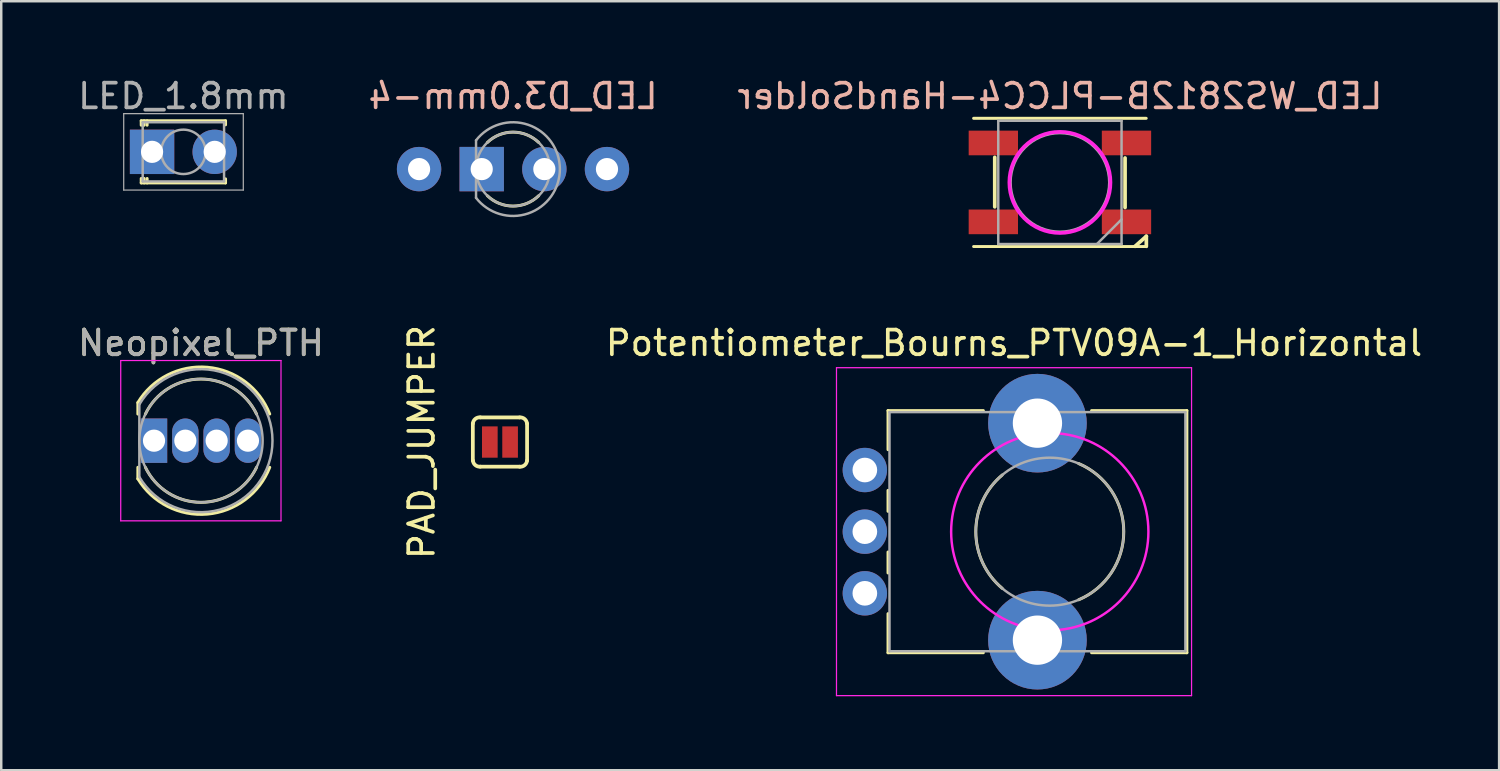
<source format=kicad_pcb>
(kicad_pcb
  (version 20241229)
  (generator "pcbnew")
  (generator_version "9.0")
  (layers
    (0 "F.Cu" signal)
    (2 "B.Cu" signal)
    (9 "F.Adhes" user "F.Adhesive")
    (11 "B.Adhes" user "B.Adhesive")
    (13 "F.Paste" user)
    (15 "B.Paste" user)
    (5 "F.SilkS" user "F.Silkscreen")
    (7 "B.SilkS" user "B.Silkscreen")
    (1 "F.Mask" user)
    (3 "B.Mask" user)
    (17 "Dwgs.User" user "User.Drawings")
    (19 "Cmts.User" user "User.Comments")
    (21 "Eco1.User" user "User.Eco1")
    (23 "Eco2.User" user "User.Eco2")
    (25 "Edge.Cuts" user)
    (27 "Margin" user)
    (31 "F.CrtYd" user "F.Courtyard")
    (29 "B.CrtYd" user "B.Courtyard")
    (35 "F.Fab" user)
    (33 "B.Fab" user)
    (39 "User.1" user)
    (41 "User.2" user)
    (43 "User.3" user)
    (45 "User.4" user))
  (footprint "LED_D3.0mm-4"
    (layer "F.Cu")
    (at 15.216 3.808)
    (property "Reference" "LED_D3.0mm-4" (at 2.54 -2.96 0) (layer "B.SilkS") (effects (font (size 1 1) (thickness 0.15)) (justify mirror)))
    (attr through_hole)
    (fp_arc (start 1.499039 -1.08) (mid 2.540117 -1.5) (end 3.58113 -1.079837) (stroke (width 0.12) (type solid)) (layer "F.SilkS"))
    (fp_arc (start 3.58113 1.079837) (mid 2.540117 1.5) (end 1.499039 1.08) (stroke (width 0.12) (type solid)) (layer "F.SilkS"))
    (fp_line (start 1.04 -1.166) (end 1.04 1.166) (stroke (width 0.1) (type solid)) (layer "F.Fab"))
    (fp_arc (start 1.04 -1.16619) (mid 4.44 0.000452) (end 1.039445 1.165476) (stroke (width 0.1) (type solid)) (layer "F.Fab"))
    (fp_circle (center 2.54 0) (end 4.04 0) (stroke (width 0.1) (type solid)) (fill no) (layer "F.Fab"))
    (pad "1" thru_hole rect (at 1.27 0) (size 1.8 1.8) (drill 0.9) (layers "*.Cu" "*.Mask"))
    (pad "2" thru_hole circle (at -1.27 0) (size 1.8 1.8) (drill 0.9) (layers "*.Cu" "*.Mask"))
    (pad "3" thru_hole circle (at 6.35 0) (size 1.8 1.8) (drill 0.9) (layers "*.Cu" "*.Mask"))
    (pad "4" thru_hole circle (at 3.81 0) (size 1.8 1.8) (drill 0.9) (layers "*.Cu" "*.Mask")))
  (footprint "PAD_JUMPER"
    (layer "F.Cu")
    (at 17.226 14.877)
    (property "Reference" "PAD_JUMPER" (at -3.175 0 270) (layer "F.SilkS") (effects (font (size 1 1) (thickness 0.15))))
    (attr smd)
    (fp_line (start -1.1 0.749) (end -1.1 -0.749) (stroke (width 0.152) (type solid)) (layer "F.SilkS"))
    (fp_line (start -0.798 -0.998) (end 0.798 -0.998) (stroke (width 0.152) (type solid)) (layer "F.SilkS"))
    (fp_line (start 0.798 0.998) (end -0.798 0.998) (stroke (width 0.152) (type solid)) (layer "F.SilkS"))
    (fp_line (start 1.1 0.749) (end 1.1 -0.749) (stroke (width 0.152) (type solid)) (layer "F.SilkS"))
    (fp_arc (start -1.09982 -0.7493) (mid -1.000769 -0.93763) (end -0.79756 -1.00076) (stroke (width 0.1524) (type solid)) (layer "F.SilkS"))
    (fp_arc (start -0.79756 0.99822) (mid -0.999158 0.93568) (end -1.097324 0.748821) (stroke (width 0.1524) (type solid)) (layer "F.SilkS"))
    (fp_arc (start 0.79756 -0.99822) (mid 0.998973 -0.935834) (end 1.09728 -0.7493) (stroke (width 0.1524) (type solid)) (layer "F.SilkS"))
    (fp_arc (start 1.09982 0.7493) (mid 1.000769 0.93763) (end 0.79756 1.00076) (stroke (width 0.1524) (type solid)) (layer "F.SilkS"))
    (pad "1" smd rect (at -0.411 0) (size 0.635 1.27) (layers "F.Cu" "F.Mask" "F.Paste"))
    (pad "2" smd rect (at 0.411 0) (size 0.635 1.27) (layers "F.Cu" "F.Mask" "F.Paste")))
  (footprint "LED_WS2812B-PLCC4-HandSolder"
    (layer "F.Cu")
    (at 39.935 4.348)
    (property "Reference" "LED_WS2812B-PLCC4-HandSolder" (at 0 -3.5 0) (layer "B.SilkS") (effects (font (size 1 1) (thickness 0.15)) (justify mirror)))
    (attr smd)
    (fp_line (start -3.5 -2.6) (end 3.5 -2.6) (stroke (width 0.12) (type solid)) (layer "F.SilkS"))
    (fp_line (start -3.5 2.6) (end 3.5 2.6) (stroke (width 0.12) (type solid)) (layer "F.SilkS"))
    (fp_line (start -2.642 -1.016) (end -2.642 0.991) (stroke (width 0.15) (type solid)) (layer "F.SilkS"))
    (fp_line (start 2.642 -0.991) (end 2.642 1.016) (stroke (width 0.15) (type solid)) (layer "F.SilkS"))
    (fp_line (start 3.505 2.184) (end 3.048 2.591) (stroke (width 0.15) (type solid)) (layer "F.SilkS"))
    (fp_line (start 3.505 2.591) (end 3.505 2.184) (stroke (width 0.15) (type solid)) (layer "F.SilkS"))
    (fp_circle (center 0 0) (end 0 -2.05) (stroke (width 0.15) (type solid)) (fill no) (layer "F.CrtYd"))
    (fp_line (start -2.5 -2.5) (end -2.5 2.5) (stroke (width 0.1) (type solid)) (layer "F.Fab"))
    (fp_line (start -2.5 2.5) (end 2.5 2.5) (stroke (width 0.1) (type solid)) (layer "F.Fab"))
    (fp_line (start 2.5 -2.5) (end -2.5 -2.5) (stroke (width 0.1) (type solid)) (layer "F.Fab"))
    (fp_line (start 2.5 1.5) (end 1.5 2.5) (stroke (width 0.1) (type solid)) (layer "F.Fab"))
    (fp_line (start 2.5 2.5) (end 2.5 -2.5) (stroke (width 0.1) (type solid)) (layer "F.Fab"))
    (fp_circle (center 0 0) (end 0 -2) (stroke (width 0.1) (type solid)) (fill no) (layer "F.Fab"))
    (pad "1" smd rect (at -2.7 -1.6) (size 2 1) (layers "F.Cu" "F.Mask" "F.Paste"))
    (pad "2" smd rect (at -2.7 1.6) (size 2 1) (layers "F.Cu" "F.Mask" "F.Paste"))
    (pad "3" smd rect (at 2.7 1.6) (size 2 1) (layers "F.Cu" "F.Mask" "F.Paste"))
    (pad "4" smd rect (at 2.7 -1.6) (size 2 1) (layers "F.Cu" "F.Mask" "F.Paste")))
  (footprint "LED_1.8mm"
    (layer "F.Cu")
    (at 3.117 3.108)
    (property "Reference" "LED_1.8mm" (at 1.27 -2.26 0) (layer "F.Fab") (effects (font (size 1 1) (thickness 0.15))))
    (attr through_hole)
    (fp_line (start -0.44 -1.26) (end -0.44 -1.08) (stroke (width 0.12) (type solid)) (layer "F.SilkS"))
    (fp_line (start -0.44 -1.26) (end 2.98 -1.26) (stroke (width 0.12) (type solid)) (layer "F.SilkS"))
    (fp_line (start -0.44 1.08) (end -0.44 1.26) (stroke (width 0.12) (type solid)) (layer "F.SilkS"))
    (fp_line (start -0.44 1.26) (end 2.98 1.26) (stroke (width 0.12) (type solid)) (layer "F.SilkS"))
    (fp_line (start -0.32 -1.26) (end -0.32 -1.08) (stroke (width 0.12) (type solid)) (layer "F.SilkS"))
    (fp_line (start -0.32 1.08) (end -0.32 1.26) (stroke (width 0.12) (type solid)) (layer "F.SilkS"))
    (fp_line (start -0.2 -1.26) (end -0.2 -1.08) (stroke (width 0.12) (type solid)) (layer "F.SilkS"))
    (fp_line (start -0.2 1.08) (end -0.2 1.26) (stroke (width 0.12) (type solid)) (layer "F.SilkS"))
    (fp_line (start 2.98 -1.26) (end 2.98 -1.095) (stroke (width 0.12) (type solid)) (layer "F.SilkS"))
    (fp_line (start 2.98 1.095) (end 2.98 1.26) (stroke (width 0.12) (type solid)) (layer "F.SilkS"))
    (fp_line (start -1.15 -1.55) (end -1.15 1.55) (stroke (width 0.05) (type solid)) (layer "F.Fab"))
    (fp_line (start -1.15 1.55) (end 3.7 1.55) (stroke (width 0.05) (type solid)) (layer "F.Fab"))
    (fp_line (start -0.38 -1.2) (end -0.38 1.2) (stroke (width 0.1) (type solid)) (layer "F.Fab"))
    (fp_line (start -0.38 1.2) (end 2.92 1.2) (stroke (width 0.1) (type solid)) (layer "F.Fab"))
    (fp_line (start 2.92 -1.2) (end -0.38 -1.2) (stroke (width 0.1) (type solid)) (layer "F.Fab"))
    (fp_line (start 2.92 1.2) (end 2.92 -1.2) (stroke (width 0.1) (type solid)) (layer "F.Fab"))
    (fp_line (start 3.7 -1.55) (end -1.15 -1.55) (stroke (width 0.05) (type solid)) (layer "F.Fab"))
    (fp_line (start 3.7 1.55) (end 3.7 -1.55) (stroke (width 0.05) (type solid)) (layer "F.Fab"))
    (fp_circle (center 1.27 0) (end 2.17 0) (stroke (width 0.1) (type solid)) (fill no) (layer "F.Fab"))
    (pad "1" thru_hole rect (at 0 0) (size 1.8 1.8) (drill 0.9) (layers "*.Cu" "*.Mask"))
    (pad "2" thru_hole circle (at 2.54 0) (size 1.8 1.8) (drill 0.9) (layers "*.Cu" "*.Mask")))
  (footprint "Neopixel_PTH"
    (layer "F.Cu")
    (at 3.196 14.822)
    (property "Reference" "Neopixel_PTH" (at 1.905 -3.96 0) (layer "F.SilkS") (effects (font (size 1 1) (thickness 0.15))))
    (attr through_hole)
    (fp_line (start -0.655 -1.545) (end -0.655 -1.08) (stroke (width 0.12) (type solid)) (layer "F.SilkS"))
    (fp_line (start -0.655 1.08) (end -0.655 1.545) (stroke (width 0.12) (type solid)) (layer "F.SilkS"))
    (fp_arc (start -0.655 -1.54483) (mid 2.163456 -2.978809) (end 4.692815 -1.080827) (stroke (width 0.12) (type solid)) (layer "F.SilkS"))
    (fp_arc (start -0.349684 -1.08) (mid 1.904762 -2.5) (end 4.159479 -1.080429) (stroke (width 0.12) (type solid)) (layer "F.SilkS"))
    (fp_arc (start 4.159479 1.080429) (mid 1.904762 2.5) (end -0.349684 1.08) (stroke (width 0.12) (type solid)) (layer "F.SilkS"))
    (fp_arc (start 4.692815 1.080827) (mid 2.163456 2.978808) (end -0.655 1.54483) (stroke (width 0.12) (type solid)) (layer "F.SilkS"))
    (fp_line (start -1.35 -3.25) (end -1.35 3.25) (stroke (width 0.05) (type solid)) (layer "F.CrtYd"))
    (fp_line (start -1.35 3.25) (end 5.15 3.25) (stroke (width 0.05) (type solid)) (layer "F.CrtYd"))
    (fp_line (start 5.15 -3.25) (end -1.35 -3.25) (stroke (width 0.05) (type solid)) (layer "F.CrtYd"))
    (fp_line (start 5.15 3.25) (end 5.15 -3.25) (stroke (width 0.05) (type solid)) (layer "F.CrtYd"))
    (fp_line (start -0.595 -1.47) (end -0.595 1.47) (stroke (width 0.1) (type solid)) (layer "F.Fab"))
    (fp_arc (start -0.595 -1.469694) (mid 4.805 0.000016) (end -0.595016 1.469666) (stroke (width 0.1) (type solid)) (layer "F.Fab"))
    (fp_circle (center 1.905 0) (end 4.405 0) (stroke (width 0.1) (type solid)) (fill no) (layer "F.Fab"))
    (fp_text user "${REFERENCE}" (at 1.905 -3.96 0) (layer "F.Fab") (effects (font (size 1 1) (thickness 0.15))))
    (pad "1" thru_hole oval (at 2.54 0) (size 1.07 1.8) (drill 0.9) (layers "*.Cu" "*.Mask"))
    (pad "2" thru_hole rect (at 0 0) (size 1.07 1.8) (drill 0.9) (layers "*.Cu" "*.Mask"))
    (pad "3" thru_hole oval (at 1.27 0) (size 1.07 1.8) (drill 0.9) (layers "*.Cu" "*.Mask"))
    (pad "4" thru_hole oval (at 3.81 0) (size 1.07 1.8) (drill 0.9) (layers "*.Cu" "*.Mask")))
  (footprint "Potentiometer_Bourns_PTV09A-1_Horizontal"
    (layer "F.Cu")
    (at 32.024 21.012)
    (property "Reference" "Potentiometer_Bourns_PTV09A-1_Horizontal" (at 6.05 -10.15 0) (layer "F.SilkS") (effects (font (size 1 1) (thickness 0.15))))
    (attr through_hole)
    (fp_line (start 0.94 -7.41) (end 0.94 -5.825) (stroke (width 0.12) (type solid)) (layer "F.SilkS"))
    (fp_line (start 0.94 -7.41) (end 4.806 -7.41) (stroke (width 0.12) (type solid)) (layer "F.SilkS"))
    (fp_line (start 0.94 -4.175) (end 0.94 -3.325) (stroke (width 0.12) (type solid)) (layer "F.SilkS"))
    (fp_line (start 0.94 -1.675) (end 0.94 -0.825) (stroke (width 0.12) (type solid)) (layer "F.SilkS"))
    (fp_line (start 0.94 0.825) (end 0.94 2.41) (stroke (width 0.12) (type solid)) (layer "F.SilkS"))
    (fp_line (start 0.94 2.41) (end 4.806 2.41) (stroke (width 0.12) (type solid)) (layer "F.SilkS"))
    (fp_line (start 9.195 -7.41) (end 13.06 -7.41) (stroke (width 0.12) (type solid)) (layer "F.SilkS"))
    (fp_line (start 9.195 2.41) (end 13.06 2.41) (stroke (width 0.12) (type solid)) (layer "F.SilkS"))
    (fp_line (start 13.06 -7.41) (end 13.06 2.41) (stroke (width 0.12) (type solid)) (layer "F.SilkS"))
    (fp_arc (start 5.571705 -0.202247) (mid 4.500335 -2.500192) (end 5.572 -4.798) (stroke (width 0.12) (type solid)) (layer "F.SilkS"))
    (fp_arc (start 8.671982 -5.262432) (mid 10.500762 -2.500553) (end 8.673 0.262) (stroke (width 0.12) (type solid)) (layer "F.SilkS"))
    (fp_line (start -1.15 -9.15) (end -1.15 4.15) (stroke (width 0.05) (type solid)) (layer "F.CrtYd"))
    (fp_line (start -1.15 4.15) (end 13.25 4.15) (stroke (width 0.05) (type solid)) (layer "F.CrtYd"))
    (fp_line (start 13.25 -9.15) (end -1.15 -9.15) (stroke (width 0.05) (type solid)) (layer "F.CrtYd"))
    (fp_line (start 13.25 4.15) (end 13.25 -9.15) (stroke (width 0.05) (type solid)) (layer "F.CrtYd"))
    (fp_circle (center 7.5 -2.5) (end 11.5 -2.5) (stroke (width 0.1) (type solid)) (fill no) (layer "F.CrtYd"))
    (fp_line (start 1 -7.35) (end 1 2.35) (stroke (width 0.1) (type solid)) (layer "F.Fab"))
    (fp_line (start 1 2.35) (end 13 2.35) (stroke (width 0.1) (type solid)) (layer "F.Fab"))
    (fp_line (start 13 -7.35) (end 1 -7.35) (stroke (width 0.1) (type solid)) (layer "F.Fab"))
    (fp_line (start 13 2.35) (end 13 -7.35) (stroke (width 0.1) (type solid)) (layer "F.Fab"))
    (fp_circle (center 7.5 -2.5) (end 10.5 -2.5) (stroke (width 0.1) (type solid)) (fill no) (layer "F.Fab"))
    (pad "" np_thru_hole circle (at 7 -6.9) (size 4 4) (drill 2) (layers "*.Cu" "*.Mask"))
    (pad "" np_thru_hole circle (at 7 1.9) (size 4 4) (drill 2) (layers "*.Cu" "*.Mask"))
    (pad "1" thru_hole circle (at 0 0) (size 1.8 1.8) (drill 1) (layers "*.Cu" "*.Mask"))
    (pad "2" thru_hole circle (at 0 -2.5) (size 1.8 1.8) (drill 1) (layers "*.Cu" "*.Mask"))
    (pad "3" thru_hole circle (at 0 -5) (size 1.8 1.8) (drill 1) (layers "*.Cu" "*.Mask")))
  (gr_rect
    (start -3 -3)
    (end 57.747 28.187)
    (stroke (width 0.1) (type default))
    (fill no)
    (layer "Edge.Cuts")))
</source>
